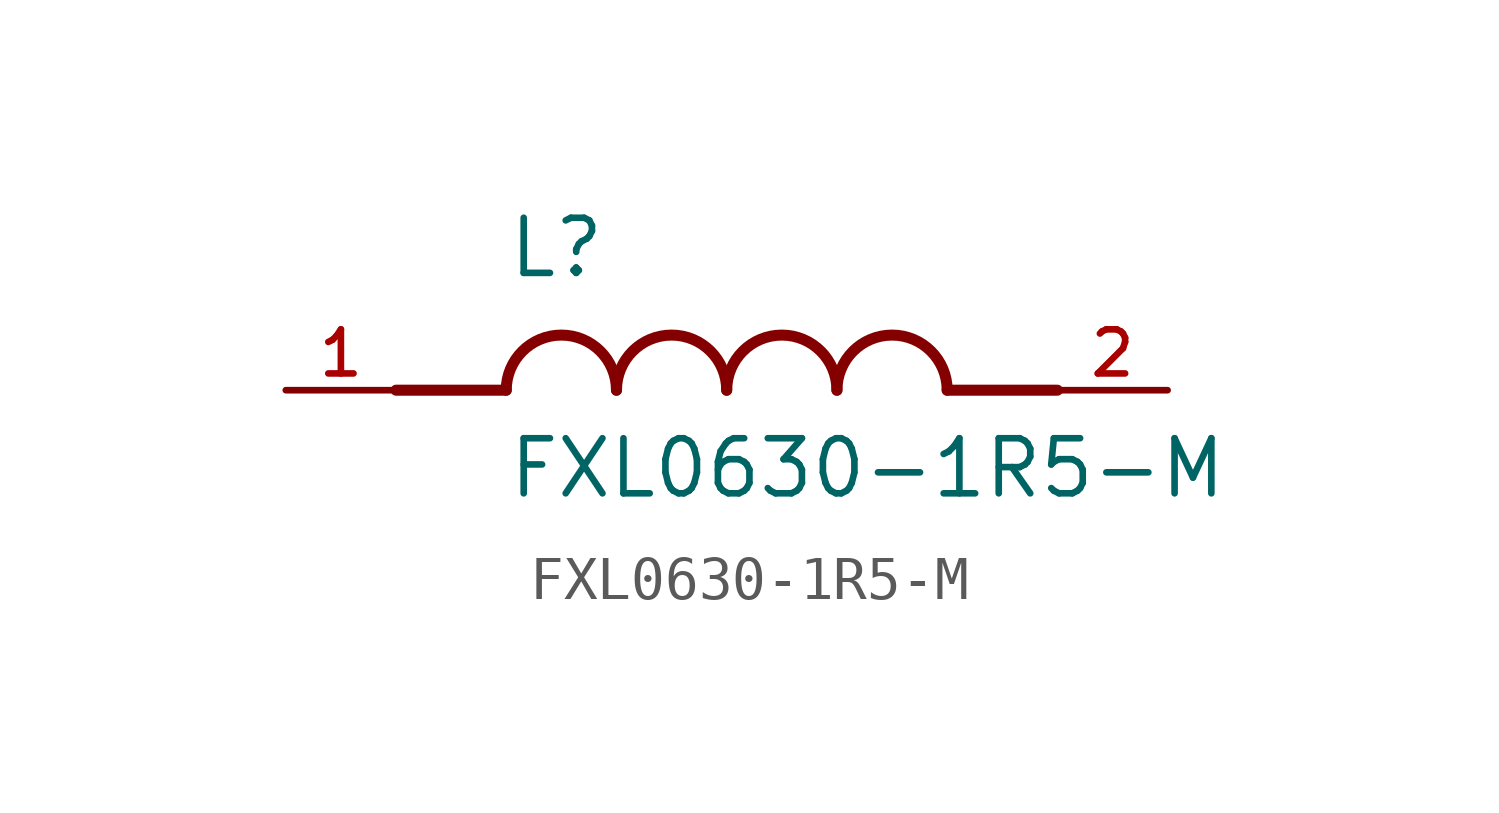
<source format=kicad_sym>
(kicad_symbol_lib
  (version 20211014)
  (generator kicad_symbol_editor)
  (symbol "FXL0630-1R5-M"
    (pin_names
      (offset 1.016))
    (property "Reference" "L"
      (at -5.08 2.54 0)
      (effects (font (size 1.27 1.27)) (justify bottom left)))
    (property "Value" "FXL0630-1R5-M"
      (at -5.08 -2.54 0)
      (effects (font (size 1.27 1.27)) (justify bottom left)))
    (symbol "FXL0630-1R5-M_0_0"
      (polyline (pts (xy -5.08 0.0) (xy -7.62 0.0)) (stroke (width 0.254)))
      (polyline (pts (xy 5.08 0.0) (xy 7.62 0.0)) (stroke (width 0.254)))
      (arc (start -2.54 0.0) (mid -3.81 1.27) (end -5.08 0.0) (stroke (width 0.254) (type default) (color 0 0 0 0)) (fill (type none)))
      (arc (start 0.0 0.0) (mid -1.27 1.27) (end -2.54 0.0) (stroke (width 0.254) (type default) (color 0 0 0 0)) (fill (type none)))
      (arc (start 2.54 0.0) (mid 1.27 1.27) (end 0.0 0.0) (stroke (width 0.254) (type default) (color 0 0 0 0)) (fill (type none)))
      (arc (start 5.08 0.0) (mid 3.81 1.27) (end 2.54 0.0) (stroke (width 0.254) (type default) (color 0 0 0 0)) (fill (type none)))
      (pin passive line (at -10.16 0.0 0) (length 2.54) (name "~" (effects (font (size 1.016 1.016)))) (number "1" (effects (font (size 1.016 1.016)))))
      (pin passive line (at 10.16 0.0 180.0) (length 2.54) (name "~" (effects (font (size 1.016 1.016)))) (number "2" (effects (font (size 1.016 1.016))))))))
</source>
